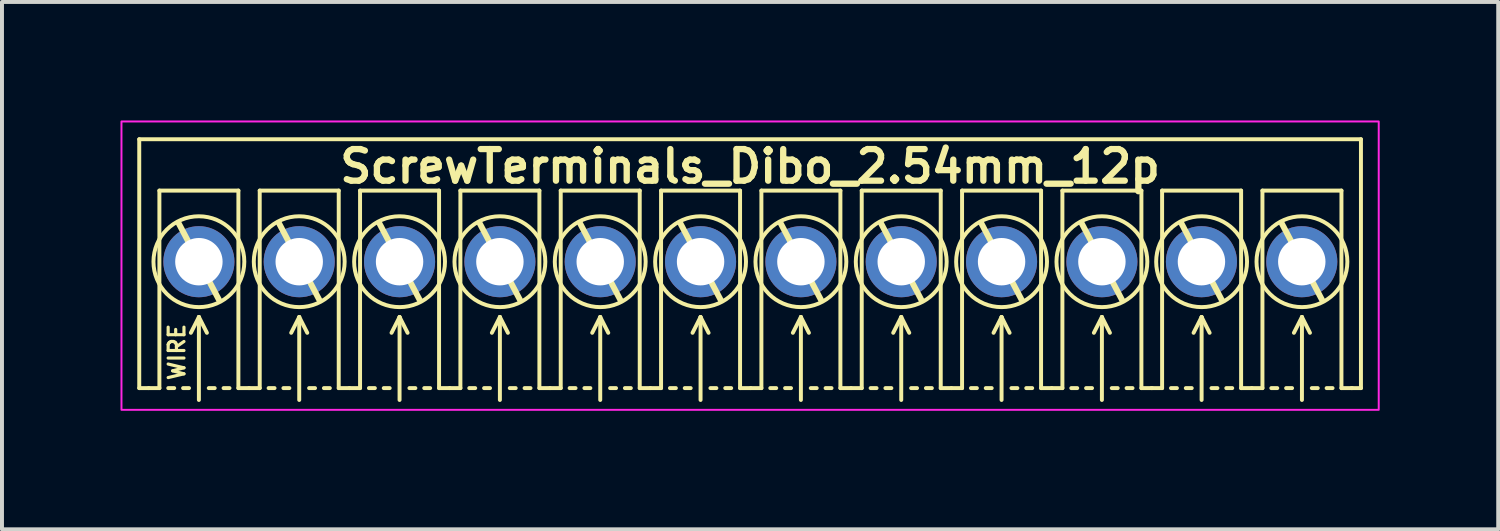
<source format=kicad_pcb>
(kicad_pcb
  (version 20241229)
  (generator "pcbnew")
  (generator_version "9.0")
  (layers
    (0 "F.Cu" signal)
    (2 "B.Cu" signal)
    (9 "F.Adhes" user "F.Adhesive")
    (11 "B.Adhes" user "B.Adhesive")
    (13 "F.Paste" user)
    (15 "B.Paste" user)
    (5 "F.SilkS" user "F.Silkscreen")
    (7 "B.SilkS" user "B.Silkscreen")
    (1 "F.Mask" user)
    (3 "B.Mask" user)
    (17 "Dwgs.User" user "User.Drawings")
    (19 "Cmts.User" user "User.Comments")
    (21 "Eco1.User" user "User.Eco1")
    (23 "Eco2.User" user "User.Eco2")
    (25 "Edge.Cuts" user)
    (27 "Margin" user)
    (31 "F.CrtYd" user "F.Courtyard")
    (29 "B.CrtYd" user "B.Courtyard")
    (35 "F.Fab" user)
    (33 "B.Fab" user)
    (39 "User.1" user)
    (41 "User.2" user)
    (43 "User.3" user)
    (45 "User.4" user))
  (footprint "ScrewTerminals_Dibo_2.54mm_12p"
    (layer "F.Cu")
    (at 15.939 3.575)
    (property "Reference" "ScrewTerminals_Dibo_2.54mm_12p" (at 0 -2.413 0) (unlocked yes) (layer "F.SilkS") (effects (font (size 0.8 0.8) (thickness 0.16) (bold yes))))
    (attr through_hole)
    (fp_line (start -15.464 -3.1) (end 15.464 -3.1) (stroke (width 0.1) (type default)) (layer "F.SilkS"))
    (fp_line (start -15.464 3.2) (end -15.464 -3.1) (stroke (width 0.1) (type default)) (layer "F.SilkS"))
    (fp_line (start -15.464 3.2) (end -15.224 3.2) (stroke (width 0.1) (type default)) (layer "F.SilkS"))
    (fp_line (start -15.224 3.2) (end -14.954 3.2) (stroke (width 0.1) (type default)) (layer "F.SilkS"))
    (fp_line (start -14.954 -1.8) (end -12.954 -1.8) (stroke (width 0.1) (type solid)) (layer "F.SilkS"))
    (fp_line (start -14.954 3.2) (end -14.954 -1.8) (stroke (width 0.1) (type solid)) (layer "F.SilkS"))
    (fp_line (start -14.729 3.2) (end -14.579 3.2) (stroke (width 0.1) (type default)) (layer "F.SilkS"))
    (fp_line (start -14.462 -0.965) (end -13.446 0.965) (stroke (width 0.15) (type default)) (layer "F.SilkS"))
    (fp_line (start -14.354 3.2) (end -14.204 3.2) (stroke (width 0.1) (type default)) (layer "F.SilkS"))
    (fp_line (start -13.954 1.4) (end -14.157 1.8) (stroke (width 0.1) (type default)) (layer "F.SilkS"))
    (fp_line (start -13.954 1.4) (end -13.751 1.8) (stroke (width 0.1) (type default)) (layer "F.SilkS"))
    (fp_line (start -13.954 3.5) (end -13.954 1.4) (stroke (width 0.1) (type default)) (layer "F.SilkS"))
    (fp_line (start -13.704 3.2) (end -13.554 3.2) (stroke (width 0.1) (type default)) (layer "F.SilkS"))
    (fp_line (start -13.329 3.2) (end -13.179 3.2) (stroke (width 0.1) (type default)) (layer "F.SilkS"))
    (fp_line (start -12.954 -1.8) (end -12.954 3.2) (stroke (width 0.1) (type solid)) (layer "F.SilkS"))
    (fp_line (start -12.954 3.2) (end -12.684 3.2) (stroke (width 0.1) (type default)) (layer "F.SilkS"))
    (fp_line (start -12.684 3.2) (end -12.414 3.2) (stroke (width 0.1) (type default)) (layer "F.SilkS"))
    (fp_line (start -12.414 -1.8) (end -10.414 -1.8) (stroke (width 0.1) (type solid)) (layer "F.SilkS"))
    (fp_line (start -12.414 3.2) (end -12.414 -1.8) (stroke (width 0.1) (type solid)) (layer "F.SilkS"))
    (fp_line (start -12.189 3.2) (end -12.039 3.2) (stroke (width 0.1) (type default)) (layer "F.SilkS"))
    (fp_line (start -11.922 -0.965) (end -10.906 0.965) (stroke (width 0.15) (type default)) (layer "F.SilkS"))
    (fp_line (start -11.814 3.2) (end -11.664 3.2) (stroke (width 0.1) (type default)) (layer "F.SilkS"))
    (fp_line (start -11.414 1.4) (end -11.617 1.8) (stroke (width 0.1) (type default)) (layer "F.SilkS"))
    (fp_line (start -11.414 1.4) (end -11.211 1.8) (stroke (width 0.1) (type default)) (layer "F.SilkS"))
    (fp_line (start -11.414 3.5) (end -11.414 1.4) (stroke (width 0.1) (type default)) (layer "F.SilkS"))
    (fp_line (start -11.164 3.2) (end -11.014 3.2) (stroke (width 0.1) (type default)) (layer "F.SilkS"))
    (fp_line (start -10.789 3.2) (end -10.639 3.2) (stroke (width 0.1) (type default)) (layer "F.SilkS"))
    (fp_line (start -10.414 -1.8) (end -10.414 3.2) (stroke (width 0.1) (type solid)) (layer "F.SilkS"))
    (fp_line (start -10.414 3.2) (end -10.144 3.2) (stroke (width 0.1) (type default)) (layer "F.SilkS"))
    (fp_line (start -10.144 3.2) (end -9.874 3.2) (stroke (width 0.1) (type default)) (layer "F.SilkS"))
    (fp_line (start -9.874 -1.8) (end -7.874 -1.8) (stroke (width 0.1) (type solid)) (layer "F.SilkS"))
    (fp_line (start -9.874 3.2) (end -9.874 -1.8) (stroke (width 0.1) (type solid)) (layer "F.SilkS"))
    (fp_line (start -9.649 3.2) (end -9.499 3.2) (stroke (width 0.1) (type default)) (layer "F.SilkS"))
    (fp_line (start -9.382 -0.965) (end -8.366 0.965) (stroke (width 0.15) (type default)) (layer "F.SilkS"))
    (fp_line (start -9.274 3.2) (end -9.124 3.2) (stroke (width 0.1) (type default)) (layer "F.SilkS"))
    (fp_line (start -8.874 1.4) (end -9.077 1.8) (stroke (width 0.1) (type default)) (layer "F.SilkS"))
    (fp_line (start -8.874 1.4) (end -8.671 1.8) (stroke (width 0.1) (type default)) (layer "F.SilkS"))
    (fp_line (start -8.874 3.5) (end -8.874 1.4) (stroke (width 0.1) (type default)) (layer "F.SilkS"))
    (fp_line (start -8.624 3.2) (end -8.474 3.2) (stroke (width 0.1) (type default)) (layer "F.SilkS"))
    (fp_line (start -8.249 3.2) (end -8.099 3.2) (stroke (width 0.1) (type default)) (layer "F.SilkS"))
    (fp_line (start -7.874 -1.8) (end -7.874 3.2) (stroke (width 0.1) (type solid)) (layer "F.SilkS"))
    (fp_line (start -7.874 3.2) (end -7.604 3.2) (stroke (width 0.1) (type default)) (layer "F.SilkS"))
    (fp_line (start -7.604 3.2) (end -7.334 3.2) (stroke (width 0.1) (type default)) (layer "F.SilkS"))
    (fp_line (start -7.334 -1.8) (end -5.334 -1.8) (stroke (width 0.1) (type solid)) (layer "F.SilkS"))
    (fp_line (start -7.334 3.2) (end -7.334 -1.8) (stroke (width 0.1) (type solid)) (layer "F.SilkS"))
    (fp_line (start -7.109 3.2) (end -6.959 3.2) (stroke (width 0.1) (type default)) (layer "F.SilkS"))
    (fp_line (start -6.842 -0.965) (end -5.826 0.965) (stroke (width 0.15) (type default)) (layer "F.SilkS"))
    (fp_line (start -6.734 3.2) (end -6.584 3.2) (stroke (width 0.1) (type default)) (layer "F.SilkS"))
    (fp_line (start -6.334 1.4) (end -6.537 1.8) (stroke (width 0.1) (type default)) (layer "F.SilkS"))
    (fp_line (start -6.334 1.4) (end -6.131 1.8) (stroke (width 0.1) (type default)) (layer "F.SilkS"))
    (fp_line (start -6.334 3.5) (end -6.334 1.4) (stroke (width 0.1) (type default)) (layer "F.SilkS"))
    (fp_line (start -6.084 3.2) (end -5.934 3.2) (stroke (width 0.1) (type default)) (layer "F.SilkS"))
    (fp_line (start -5.709 3.2) (end -5.559 3.2) (stroke (width 0.1) (type default)) (layer "F.SilkS"))
    (fp_line (start -5.334 -1.8) (end -5.334 3.2) (stroke (width 0.1) (type solid)) (layer "F.SilkS"))
    (fp_line (start -5.334 3.2) (end -5.064 3.2) (stroke (width 0.1) (type default)) (layer "F.SilkS"))
    (fp_line (start -5.064 3.2) (end -4.794 3.2) (stroke (width 0.1) (type default)) (layer "F.SilkS"))
    (fp_line (start -4.794 -1.8) (end -2.794 -1.8) (stroke (width 0.1) (type solid)) (layer "F.SilkS"))
    (fp_line (start -4.794 3.2) (end -4.794 -1.8) (stroke (width 0.1) (type solid)) (layer "F.SilkS"))
    (fp_line (start -4.569 3.2) (end -4.419 3.2) (stroke (width 0.1) (type default)) (layer "F.SilkS"))
    (fp_line (start -4.302 -0.965) (end -3.286 0.965) (stroke (width 0.15) (type default)) (layer "F.SilkS"))
    (fp_line (start -4.194 3.2) (end -4.044 3.2) (stroke (width 0.1) (type default)) (layer "F.SilkS"))
    (fp_line (start -3.794 1.4) (end -3.997 1.8) (stroke (width 0.1) (type default)) (layer "F.SilkS"))
    (fp_line (start -3.794 1.4) (end -3.591 1.8) (stroke (width 0.1) (type default)) (layer "F.SilkS"))
    (fp_line (start -3.794 3.5) (end -3.794 1.4) (stroke (width 0.1) (type default)) (layer "F.SilkS"))
    (fp_line (start -3.544 3.2) (end -3.394 3.2) (stroke (width 0.1) (type default)) (layer "F.SilkS"))
    (fp_line (start -3.169 3.2) (end -3.019 3.2) (stroke (width 0.1) (type default)) (layer "F.SilkS"))
    (fp_line (start -2.794 -1.8) (end -2.794 3.2) (stroke (width 0.1) (type solid)) (layer "F.SilkS"))
    (fp_line (start -2.794 3.2) (end -2.524 3.2) (stroke (width 0.1) (type default)) (layer "F.SilkS"))
    (fp_line (start -2.524 3.2) (end -2.254 3.2) (stroke (width 0.1) (type default)) (layer "F.SilkS"))
    (fp_line (start -2.254 -1.8) (end -0.254 -1.8) (stroke (width 0.1) (type solid)) (layer "F.SilkS"))
    (fp_line (start -2.254 3.2) (end -2.254 -1.8) (stroke (width 0.1) (type solid)) (layer "F.SilkS"))
    (fp_line (start -2.029 3.2) (end -1.879 3.2) (stroke (width 0.1) (type default)) (layer "F.SilkS"))
    (fp_line (start -1.762 -0.965) (end -0.746 0.965) (stroke (width 0.15) (type default)) (layer "F.SilkS"))
    (fp_line (start -1.654 3.2) (end -1.504 3.2) (stroke (width 0.1) (type default)) (layer "F.SilkS"))
    (fp_line (start -1.254 1.4) (end -1.457 1.8) (stroke (width 0.1) (type default)) (layer "F.SilkS"))
    (fp_line (start -1.254 1.4) (end -1.051 1.8) (stroke (width 0.1) (type default)) (layer "F.SilkS"))
    (fp_line (start -1.254 3.5) (end -1.254 1.4) (stroke (width 0.1) (type default)) (layer "F.SilkS"))
    (fp_line (start -1.004 3.2) (end -0.854 3.2) (stroke (width 0.1) (type default)) (layer "F.SilkS"))
    (fp_line (start -0.629 3.2) (end -0.479 3.2) (stroke (width 0.1) (type default)) (layer "F.SilkS"))
    (fp_line (start -0.254 -1.8) (end -0.254 3.2) (stroke (width 0.1) (type solid)) (layer "F.SilkS"))
    (fp_line (start -0.254 3.2) (end 0.016 3.2) (stroke (width 0.1) (type default)) (layer "F.SilkS"))
    (fp_line (start 0.016 3.2) (end 0.286 3.2) (stroke (width 0.1) (type default)) (layer "F.SilkS"))
    (fp_line (start 0.286 -1.8) (end 2.286 -1.8) (stroke (width 0.1) (type solid)) (layer "F.SilkS"))
    (fp_line (start 0.286 3.2) (end 0.286 -1.8) (stroke (width 0.1) (type solid)) (layer "F.SilkS"))
    (fp_line (start 0.511 3.2) (end 0.661 3.2) (stroke (width 0.1) (type default)) (layer "F.SilkS"))
    (fp_line (start 0.778 -0.965) (end 1.794 0.965) (stroke (width 0.15) (type default)) (layer "F.SilkS"))
    (fp_line (start 0.886 3.2) (end 1.036 3.2) (stroke (width 0.1) (type default)) (layer "F.SilkS"))
    (fp_line (start 1.286 1.4) (end 1.083 1.8) (stroke (width 0.1) (type default)) (layer "F.SilkS"))
    (fp_line (start 1.286 1.4) (end 1.489 1.8) (stroke (width 0.1) (type default)) (layer "F.SilkS"))
    (fp_line (start 1.286 3.5) (end 1.286 1.4) (stroke (width 0.1) (type default)) (layer "F.SilkS"))
    (fp_line (start 1.536 3.2) (end 1.686 3.2) (stroke (width 0.1) (type default)) (layer "F.SilkS"))
    (fp_line (start 1.911 3.2) (end 2.061 3.2) (stroke (width 0.1) (type default)) (layer "F.SilkS"))
    (fp_line (start 2.286 -1.8) (end 2.286 3.2) (stroke (width 0.1) (type solid)) (layer "F.SilkS"))
    (fp_line (start 2.286 3.2) (end 2.556 3.2) (stroke (width 0.1) (type default)) (layer "F.SilkS"))
    (fp_line (start 2.556 3.2) (end 2.826 3.2) (stroke (width 0.1) (type default)) (layer "F.SilkS"))
    (fp_line (start 2.826 -1.8) (end 4.826 -1.8) (stroke (width 0.1) (type solid)) (layer "F.SilkS"))
    (fp_line (start 2.826 3.2) (end 2.826 -1.8) (stroke (width 0.1) (type solid)) (layer "F.SilkS"))
    (fp_line (start 3.051 3.2) (end 3.201 3.2) (stroke (width 0.1) (type default)) (layer "F.SilkS"))
    (fp_line (start 3.318 -0.965) (end 4.334 0.965) (stroke (width 0.15) (type default)) (layer "F.SilkS"))
    (fp_line (start 3.426 3.2) (end 3.576 3.2) (stroke (width 0.1) (type default)) (layer "F.SilkS"))
    (fp_line (start 3.826 1.4) (end 3.623 1.8) (stroke (width 0.1) (type default)) (layer "F.SilkS"))
    (fp_line (start 3.826 1.4) (end 4.029 1.8) (stroke (width 0.1) (type default)) (layer "F.SilkS"))
    (fp_line (start 3.826 3.5) (end 3.826 1.4) (stroke (width 0.1) (type default)) (layer "F.SilkS"))
    (fp_line (start 4.076 3.2) (end 4.226 3.2) (stroke (width 0.1) (type default)) (layer "F.SilkS"))
    (fp_line (start 4.451 3.2) (end 4.601 3.2) (stroke (width 0.1) (type default)) (layer "F.SilkS"))
    (fp_line (start 4.826 -1.8) (end 4.826 3.2) (stroke (width 0.1) (type solid)) (layer "F.SilkS"))
    (fp_line (start 4.826 3.2) (end 5.096 3.2) (stroke (width 0.1) (type default)) (layer "F.SilkS"))
    (fp_line (start 5.096 3.2) (end 5.366 3.2) (stroke (width 0.1) (type default)) (layer "F.SilkS"))
    (fp_line (start 5.366 -1.8) (end 7.366 -1.8) (stroke (width 0.1) (type solid)) (layer "F.SilkS"))
    (fp_line (start 5.366 3.2) (end 5.366 -1.8) (stroke (width 0.1) (type solid)) (layer "F.SilkS"))
    (fp_line (start 5.591 3.2) (end 5.741 3.2) (stroke (width 0.1) (type default)) (layer "F.SilkS"))
    (fp_line (start 5.858 -0.965) (end 6.874 0.965) (stroke (width 0.15) (type default)) (layer "F.SilkS"))
    (fp_line (start 5.966 3.2) (end 6.116 3.2) (stroke (width 0.1) (type default)) (layer "F.SilkS"))
    (fp_line (start 6.366 1.4) (end 6.163 1.8) (stroke (width 0.1) (type default)) (layer "F.SilkS"))
    (fp_line (start 6.366 1.4) (end 6.569 1.8) (stroke (width 0.1) (type default)) (layer "F.SilkS"))
    (fp_line (start 6.366 3.5) (end 6.366 1.4) (stroke (width 0.1) (type default)) (layer "F.SilkS"))
    (fp_line (start 6.616 3.2) (end 6.766 3.2) (stroke (width 0.1) (type default)) (layer "F.SilkS"))
    (fp_line (start 6.991 3.2) (end 7.141 3.2) (stroke (width 0.1) (type default)) (layer "F.SilkS"))
    (fp_line (start 7.366 -1.8) (end 7.366 3.2) (stroke (width 0.1) (type solid)) (layer "F.SilkS"))
    (fp_line (start 7.366 3.2) (end 7.636 3.2) (stroke (width 0.1) (type default)) (layer "F.SilkS"))
    (fp_line (start 7.636 3.2) (end 7.906 3.2) (stroke (width 0.1) (type default)) (layer "F.SilkS"))
    (fp_line (start 7.906 -1.8) (end 9.906 -1.8) (stroke (width 0.1) (type solid)) (layer "F.SilkS"))
    (fp_line (start 7.906 3.2) (end 7.906 -1.8) (stroke (width 0.1) (type solid)) (layer "F.SilkS"))
    (fp_line (start 8.131 3.2) (end 8.281 3.2) (stroke (width 0.1) (type default)) (layer "F.SilkS"))
    (fp_line (start 8.398 -0.965) (end 9.414 0.965) (stroke (width 0.15) (type default)) (layer "F.SilkS"))
    (fp_line (start 8.506 3.2) (end 8.656 3.2) (stroke (width 0.1) (type default)) (layer "F.SilkS"))
    (fp_line (start 8.906 1.4) (end 8.703 1.8) (stroke (width 0.1) (type default)) (layer "F.SilkS"))
    (fp_line (start 8.906 1.4) (end 9.109 1.8) (stroke (width 0.1) (type default)) (layer "F.SilkS"))
    (fp_line (start 8.906 3.5) (end 8.906 1.4) (stroke (width 0.1) (type default)) (layer "F.SilkS"))
    (fp_line (start 9.156 3.2) (end 9.306 3.2) (stroke (width 0.1) (type default)) (layer "F.SilkS"))
    (fp_line (start 9.531 3.2) (end 9.681 3.2) (stroke (width 0.1) (type default)) (layer "F.SilkS"))
    (fp_line (start 9.906 -1.8) (end 9.906 3.2) (stroke (width 0.1) (type solid)) (layer "F.SilkS"))
    (fp_line (start 9.906 3.2) (end 10.176 3.2) (stroke (width 0.1) (type default)) (layer "F.SilkS"))
    (fp_line (start 10.16 3.2) (end 10.43 3.2) (stroke (width 0.1) (type default)) (layer "F.SilkS"))
    (fp_line (start 10.43 -1.8) (end 12.43 -1.8) (stroke (width 0.1) (type solid)) (layer "F.SilkS"))
    (fp_line (start 10.43 3.2) (end 10.43 -1.8) (stroke (width 0.1) (type solid)) (layer "F.SilkS"))
    (fp_line (start 10.655 3.2) (end 10.805 3.2) (stroke (width 0.1) (type default)) (layer "F.SilkS"))
    (fp_line (start 10.922 -0.965) (end 11.938 0.965) (stroke (width 0.15) (type default)) (layer "F.SilkS"))
    (fp_line (start 11.03 3.2) (end 11.18 3.2) (stroke (width 0.1) (type default)) (layer "F.SilkS"))
    (fp_line (start 11.43 1.4) (end 11.227 1.8) (stroke (width 0.1) (type default)) (layer "F.SilkS"))
    (fp_line (start 11.43 1.4) (end 11.633 1.8) (stroke (width 0.1) (type default)) (layer "F.SilkS"))
    (fp_line (start 11.43 3.5) (end 11.43 1.4) (stroke (width 0.1) (type default)) (layer "F.SilkS"))
    (fp_line (start 11.68 3.2) (end 11.83 3.2) (stroke (width 0.1) (type default)) (layer "F.SilkS"))
    (fp_line (start 12.055 3.2) (end 12.205 3.2) (stroke (width 0.1) (type default)) (layer "F.SilkS"))
    (fp_line (start 12.43 -1.8) (end 12.43 3.2) (stroke (width 0.1) (type solid)) (layer "F.SilkS"))
    (fp_line (start 12.43 3.2) (end 12.7 3.2) (stroke (width 0.1) (type default)) (layer "F.SilkS"))
    (fp_line (start 12.7 3.2) (end 12.97 3.2) (stroke (width 0.1) (type default)) (layer "F.SilkS"))
    (fp_line (start 12.97 -1.8) (end 14.97 -1.8) (stroke (width 0.1) (type solid)) (layer "F.SilkS"))
    (fp_line (start 12.97 3.2) (end 12.97 -1.8) (stroke (width 0.1) (type solid)) (layer "F.SilkS"))
    (fp_line (start 13.195 3.2) (end 13.345 3.2) (stroke (width 0.1) (type default)) (layer "F.SilkS"))
    (fp_line (start 13.462 -0.965) (end 14.478 0.965) (stroke (width 0.15) (type default)) (layer "F.SilkS"))
    (fp_line (start 13.57 3.2) (end 13.72 3.2) (stroke (width 0.1) (type default)) (layer "F.SilkS"))
    (fp_line (start 13.97 1.4) (end 13.767 1.8) (stroke (width 0.1) (type default)) (layer "F.SilkS"))
    (fp_line (start 13.97 1.4) (end 14.173 1.8) (stroke (width 0.1) (type default)) (layer "F.SilkS"))
    (fp_line (start 13.97 3.5) (end 13.97 1.4) (stroke (width 0.1) (type default)) (layer "F.SilkS"))
    (fp_line (start 14.22 3.2) (end 14.37 3.2) (stroke (width 0.1) (type default)) (layer "F.SilkS"))
    (fp_line (start 14.595 3.2) (end 14.745 3.2) (stroke (width 0.1) (type default)) (layer "F.SilkS"))
    (fp_line (start 14.97 -1.8) (end 14.97 3.2) (stroke (width 0.1) (type solid)) (layer "F.SilkS"))
    (fp_line (start 14.97 3.2) (end 15.24 3.2) (stroke (width 0.1) (type default)) (layer "F.SilkS"))
    (fp_line (start 15.464 3.2) (end 15.224 3.2) (stroke (width 0.1) (type default)) (layer "F.SilkS"))
    (fp_line (start 15.464 3.2) (end 15.464 -3.1) (stroke (width 0.1) (type default)) (layer "F.SilkS"))
    (fp_circle (center -13.954 0) (end -15.104 0) (stroke (width 0.1) (type default)) (fill no) (layer "F.SilkS"))
    (fp_circle (center -11.414 0) (end -12.564 0) (stroke (width 0.1) (type default)) (fill no) (layer "F.SilkS"))
    (fp_circle (center -8.874 0) (end -10.024 0) (stroke (width 0.1) (type default)) (fill no) (layer "F.SilkS"))
    (fp_circle (center -6.334 0) (end -7.484 0) (stroke (width 0.1) (type default)) (fill no) (layer "F.SilkS"))
    (fp_circle (center -3.794 0) (end -4.944 0) (stroke (width 0.1) (type default)) (fill no) (layer "F.SilkS"))
    (fp_circle (center -1.254 0) (end -2.404 0) (stroke (width 0.1) (type default)) (fill no) (layer "F.SilkS"))
    (fp_circle (center 1.286 0) (end 0.136 0) (stroke (width 0.1) (type default)) (fill no) (layer "F.SilkS"))
    (fp_circle (center 3.826 0) (end 2.676 0) (stroke (width 0.1) (type default)) (fill no) (layer "F.SilkS"))
    (fp_circle (center 6.366 0) (end 5.216 0) (stroke (width 0.1) (type default)) (fill no) (layer "F.SilkS"))
    (fp_circle (center 8.906 0) (end 7.756 0) (stroke (width 0.1) (type default)) (fill no) (layer "F.SilkS"))
    (fp_circle (center 11.43 0) (end 10.28 0) (stroke (width 0.1) (type default)) (fill no) (layer "F.SilkS"))
    (fp_circle (center 13.97 0) (end 12.82 0) (stroke (width 0.1) (type default)) (fill no) (layer "F.SilkS"))
    (fp_rect (start -15.914 -3.55) (end 15.914 3.75) (stroke (width 0.05) (type default)) (fill no) (layer "F.CrtYd"))
    (fp_text user "WIRE" (at -14.513 2.286 90) (unlocked yes) (layer "F.SilkS") (effects (font (size 0.4 0.4) (thickness 0.08) (bold yes))))
    (pad "1" thru_hole circle (at -13.954 0) (size 1.8 1.8) (drill 1.2) (layers "*.Cu" "*.Mask"))
    (pad "2" thru_hole circle (at -11.414 0) (size 1.8 1.8) (drill 1.2) (layers "*.Cu" "*.Mask"))
    (pad "3" thru_hole circle (at -8.874 0) (size 1.8 1.8) (drill 1.2) (layers "*.Cu" "*.Mask"))
    (pad "4" thru_hole circle (at -6.334 0) (size 1.8 1.8) (drill 1.2) (layers "*.Cu" "*.Mask"))
    (pad "5" thru_hole circle (at -3.794 0) (size 1.8 1.8) (drill 1.2) (layers "*.Cu" "*.Mask"))
    (pad "6" thru_hole circle (at -1.254 0) (size 1.8 1.8) (drill 1.2) (layers "*.Cu" "*.Mask"))
    (pad "7" thru_hole circle (at 1.286 0) (size 1.8 1.8) (drill 1.2) (layers "*.Cu" "*.Mask"))
    (pad "8" thru_hole circle (at 3.826 0) (size 1.8 1.8) (drill 1.2) (layers "*.Cu" "*.Mask"))
    (pad "9" thru_hole circle (at 6.366 0) (size 1.8 1.8) (drill 1.2) (layers "*.Cu" "*.Mask"))
    (pad "10" thru_hole circle (at 8.906 0) (size 1.8 1.8) (drill 1.2) (layers "*.Cu" "*.Mask"))
    (pad "11" thru_hole circle (at 11.426 0) (size 1.8 1.8) (drill 1.2) (layers "*.Cu" "*.Mask"))
    (pad "12" thru_hole circle (at 13.966 0) (size 1.8 1.8) (drill 1.2) (layers "*.Cu" "*.Mask")))
  (gr_rect
    (start -3 -3)
    (end 34.878 10.35)
    (stroke (width 0.1) (type default))
    (fill no)
    (layer "Edge.Cuts")))
</source>
